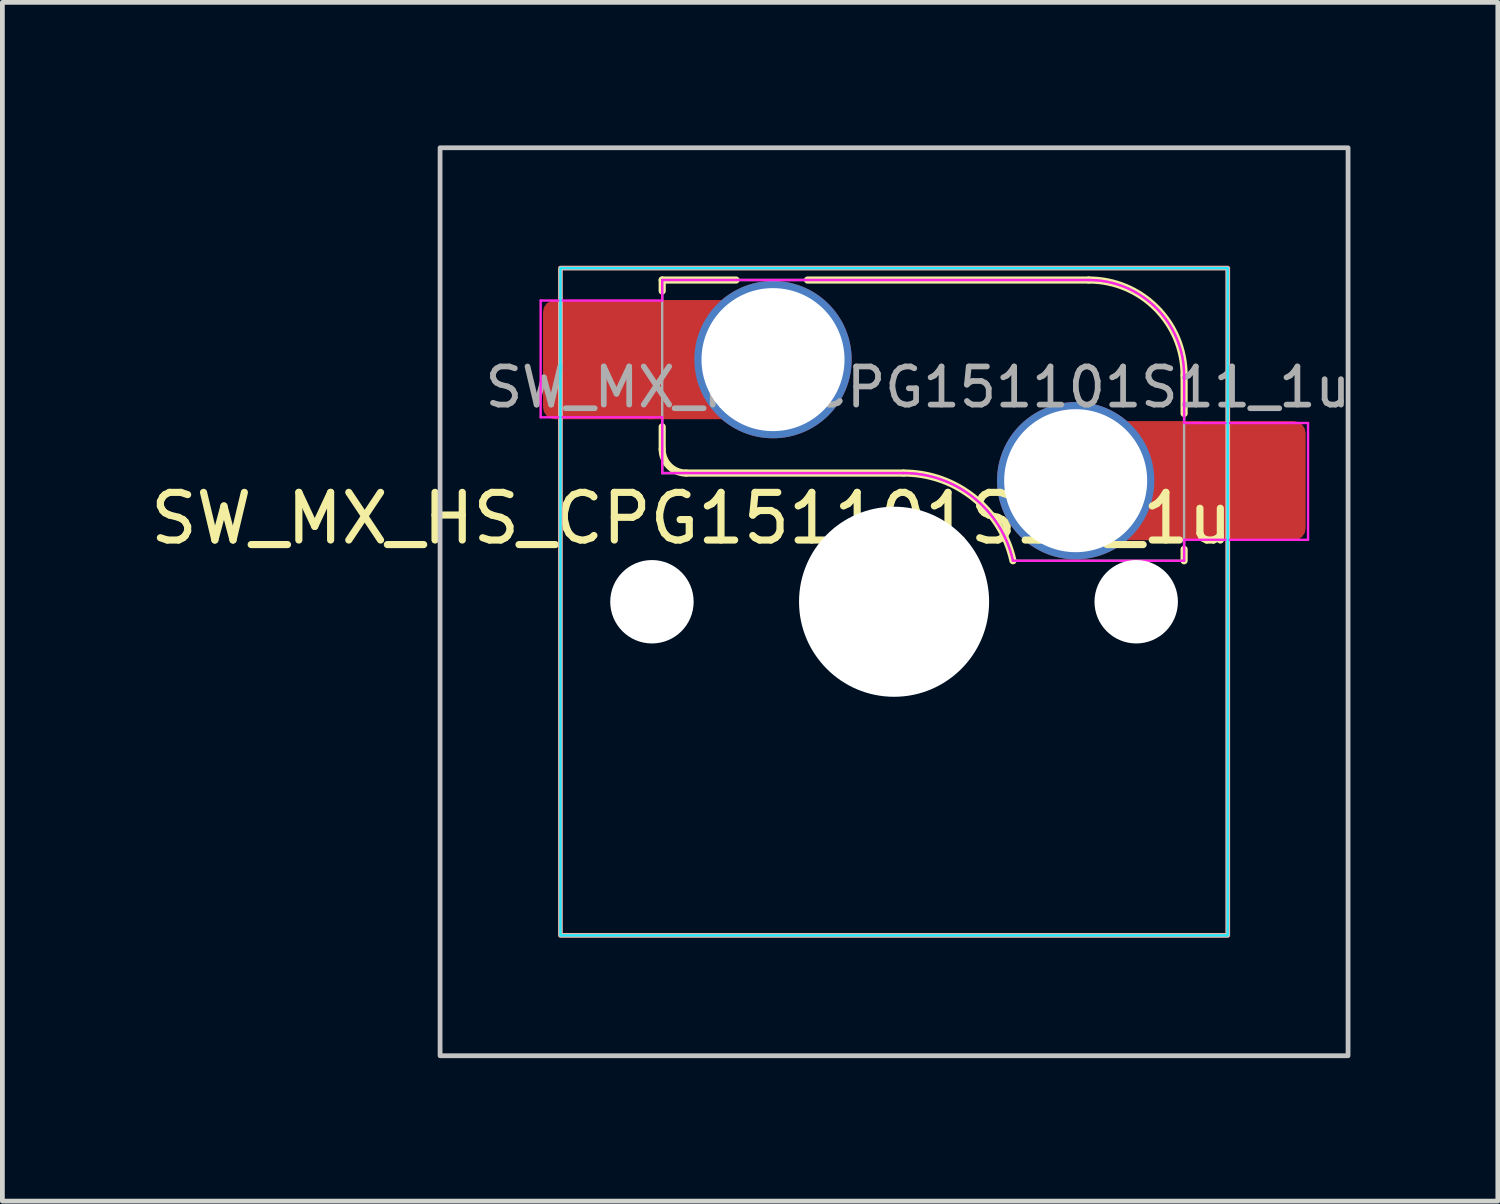
<source format=kicad_pcb>
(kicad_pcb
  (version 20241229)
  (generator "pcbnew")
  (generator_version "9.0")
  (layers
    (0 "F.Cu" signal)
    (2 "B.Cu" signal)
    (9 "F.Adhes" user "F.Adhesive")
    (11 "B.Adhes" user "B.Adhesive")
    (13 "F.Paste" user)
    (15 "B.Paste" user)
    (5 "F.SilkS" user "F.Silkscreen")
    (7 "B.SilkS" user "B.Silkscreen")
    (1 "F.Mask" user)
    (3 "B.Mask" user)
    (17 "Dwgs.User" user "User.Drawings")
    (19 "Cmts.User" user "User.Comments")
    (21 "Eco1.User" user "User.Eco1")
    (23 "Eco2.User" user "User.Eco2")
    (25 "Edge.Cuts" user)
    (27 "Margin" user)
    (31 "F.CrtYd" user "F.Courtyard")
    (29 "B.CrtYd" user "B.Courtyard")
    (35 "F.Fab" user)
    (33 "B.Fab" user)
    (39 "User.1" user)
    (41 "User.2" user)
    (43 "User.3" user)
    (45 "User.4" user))
  (footprint "SW_MX_HS_CPG151101S11_1u"
    (layer "F.Cu")
    (at 15.708 9.575)
    (property "Reference" "SW_MX_HS_CPG151101S11_1u" (at -4.25 -1.75 0) (layer "F.SilkS") (effects (font (size 1 1) (thickness 0.15))))
    (attr smd)
    (fp_line (start -4.865 -6.75) (end -4.865 -6.52) (stroke (width 0.15) (type solid)) (layer "F.SilkS"))
    (fp_line (start -4.865 -3.67) (end -4.865 -3.2) (stroke (width 0.15) (type solid)) (layer "F.SilkS"))
    (fp_line (start -4.365 -2.7) (end 0.2 -2.7) (stroke (width 0.15) (type solid)) (layer "F.SilkS"))
    (fp_line (start -3.315 -6.75) (end -4.865 -6.75) (stroke (width 0.15) (type solid)) (layer "F.SilkS"))
    (fp_line (start 4.085 -6.75) (end -1.815 -6.75) (stroke (width 0.15) (type solid)) (layer "F.SilkS"))
    (fp_line (start 6.085 -3.95) (end 6.085 -4.75) (stroke (width 0.15) (type solid)) (layer "F.SilkS"))
    (fp_line (start 6.085 -1.1) (end 6.085 -0.86) (stroke (width 0.15) (type solid)) (layer "F.SilkS"))
    (fp_arc (start -4.364824 -2.70022) (mid -4.718377 -2.846667) (end -4.864824 -3.20022) (stroke (width 0.15) (type solid)) (layer "F.SilkS"))
    (fp_arc (start 0.2 -2.70022) (mid 1.670693 -2.183637) (end 2.494322 -0.86022) (stroke (width 0.15) (type solid)) (layer "F.SilkS"))
    (fp_arc (start 4.085176 -6.75022) (mid 5.499385 -6.164429) (end 6.085176 -4.75022) (stroke (width 0.15) (type solid)) (layer "F.SilkS"))
    (fp_rect (start -7 -7) (end 7 7) (stroke (width 0.1) (type default)) (fill no) (layer "B.SilkS"))
    (fp_rect (start -9.525 -9.525) (end 9.525 9.525) (stroke (width 0.1) (type default)) (fill no) (layer "Dwgs.User"))
    (fp_line (start -7 -6.5) (end -7 6.5) (stroke (width 0.05) (type solid)) (layer "Eco2.User"))
    (fp_line (start -6.5 7) (end 6.5 7) (stroke (width 0.05) (type solid)) (layer "Eco2.User"))
    (fp_line (start 6.5 -7) (end -6.5 -7) (stroke (width 0.05) (type solid)) (layer "Eco2.User"))
    (fp_line (start 7 6.5) (end 7 -6.5) (stroke (width 0.05) (type solid)) (layer "Eco2.User"))
    (fp_arc (start -7 -6.5) (mid -6.853553 -6.853553) (end -6.5 -7) (stroke (width 0.05) (type solid)) (layer "Eco2.User"))
    (fp_arc (start -6.497236 6.998884) (mid -6.850789 6.852437) (end -6.997236 6.498884) (stroke (width 0.05) (type solid)) (layer "Eco2.User"))
    (fp_arc (start 6.5 -7) (mid 6.853553 -6.853553) (end 7 -6.5) (stroke (width 0.05) (type solid)) (layer "Eco2.User"))
    (fp_arc (start 7 6.5) (mid 6.853553 6.853553) (end 6.5 7) (stroke (width 0.05) (type solid)) (layer "Eco2.User"))
    (fp_rect (start -7 -7) (end 7 7) (stroke (width 0.05) (type default)) (fill no) (layer "B.CrtYd"))
    (fp_line (start -7.415 -6.32) (end -4.865 -6.32) (stroke (width 0.05) (type solid)) (layer "F.CrtYd"))
    (fp_line (start -7.415 -3.87) (end -7.415 -6.32) (stroke (width 0.05) (type solid)) (layer "F.CrtYd"))
    (fp_line (start -4.865 -6.75) (end -4.865 -6.32) (stroke (width 0.05) (type solid)) (layer "F.CrtYd"))
    (fp_line (start -4.865 -3.87) (end -7.415 -3.87) (stroke (width 0.05) (type solid)) (layer "F.CrtYd"))
    (fp_line (start -4.865 -3.87) (end -4.865 -2.7) (stroke (width 0.05) (type solid)) (layer "F.CrtYd"))
    (fp_line (start -4.865 -2.7) (end 0.2 -2.7) (stroke (width 0.05) (type solid)) (layer "F.CrtYd"))
    (fp_line (start 4.085 -6.75) (end -4.865 -6.75) (stroke (width 0.05) (type solid)) (layer "F.CrtYd"))
    (fp_line (start 6.085 -3.75) (end 6.085 -4.75) (stroke (width 0.05) (type solid)) (layer "F.CrtYd"))
    (fp_line (start 6.085 -3.75) (end 8.685 -3.75) (stroke (width 0.05) (type solid)) (layer "F.CrtYd"))
    (fp_line (start 6.085 -1.3) (end 6.085 -0.86) (stroke (width 0.05) (type solid)) (layer "F.CrtYd"))
    (fp_line (start 6.085 -0.86) (end 2.494 -0.86) (stroke (width 0.05) (type solid)) (layer "F.CrtYd"))
    (fp_line (start 8.685 -3.75) (end 8.685 -1.3) (stroke (width 0.05) (type solid)) (layer "F.CrtYd"))
    (fp_line (start 8.685 -1.3) (end 6.085 -1.3) (stroke (width 0.05) (type solid)) (layer "F.CrtYd"))
    (fp_arc (start 0.2 -2.70022) (mid 1.670503 -2.1834) (end 2.494322 -0.86022) (stroke (width 0.05) (type solid)) (layer "F.CrtYd"))
    (fp_arc (start 4.085176 -6.75022) (mid 5.499385 -6.164429) (end 6.085176 -4.75022) (stroke (width 0.05) (type solid)) (layer "F.CrtYd"))
    (fp_line (start -4.865 -6.75) (end -4.865 -2.7) (stroke (width 0.05) (type solid)) (layer "F.Fab"))
    (fp_line (start -4.865 -2.7) (end 0.2 -2.7) (stroke (width 0.05) (type solid)) (layer "F.Fab"))
    (fp_line (start 4.085 -6.75) (end -4.865 -6.75) (stroke (width 0.05) (type solid)) (layer "F.Fab"))
    (fp_line (start 6.085 -0.86) (end 2.494 -0.86) (stroke (width 0.05) (type solid)) (layer "F.Fab"))
    (fp_line (start 6.085 -0.86) (end 6.085 -4.75) (stroke (width 0.05) (type solid)) (layer "F.Fab"))
    (fp_arc (start 0.2 -2.70022) (mid 1.670503 -2.1834) (end 2.494322 -0.86022) (stroke (width 0.05) (type solid)) (layer "F.Fab"))
    (fp_arc (start 4.085176 -6.75022) (mid 5.499385 -6.164429) (end 6.085176 -4.75022) (stroke (width 0.05) (type solid)) (layer "F.Fab"))
    (fp_text user "${REFERENCE}" (at 0.5 -4.5 0) (layer "F.Fab") (effects (font (size 0.8 0.8) (thickness 0.12))))
    (pad "" np_thru_hole circle (at -5.08 0) (size 1.75 1.75) (drill 1.75) (layers "*.Cu" "*.Mask"))
    (pad "" np_thru_hole circle (at 0 0) (size 3.988 3.988) (drill 3.988) (layers "*.Cu" "*.Mask"))
    (pad "" np_thru_hole circle (at 5.08 0) (size 1.75 1.75) (drill 1.75) (layers "*.Cu" "*.Mask"))
    (pad "1" thru_hole circle (at 3.81 -2.54) (size 3.3 3.3) (drill 3) (property pad_prop_mechanical) (layers "*.Cu" "*.Mask"))
    (pad "1" smd rect (at 5.635 -2.54 180) (size 1.65 2.5) (layers "F.Cu"))
    (pad "1" smd roundrect (at 7.36 -2.54) (size 2.55 2.5) (layers "F.Cu" "F.Mask" "F.Paste") (roundrect_rratio 0.1))
    (pad "2" smd roundrect (at -6.09 -5.08) (size 2.55 2.5) (layers "F.Cu" "F.Mask" "F.Paste") (roundrect_rratio 0.1))
    (pad "2" smd rect (at -4.34 -5.08) (size 1.65 2.5) (layers "F.Cu"))
    (pad "2" thru_hole circle (at -2.54 -5.08) (size 3.3 3.3) (drill 3) (property pad_prop_mechanical) (layers "*.Cu" "*.Mask")))
  (gr_rect
    (start -3 -3)
    (end 28.375 22.15)
    (stroke (width 0.1) (type default))
    (fill no)
    (layer "Edge.Cuts")))
</source>
